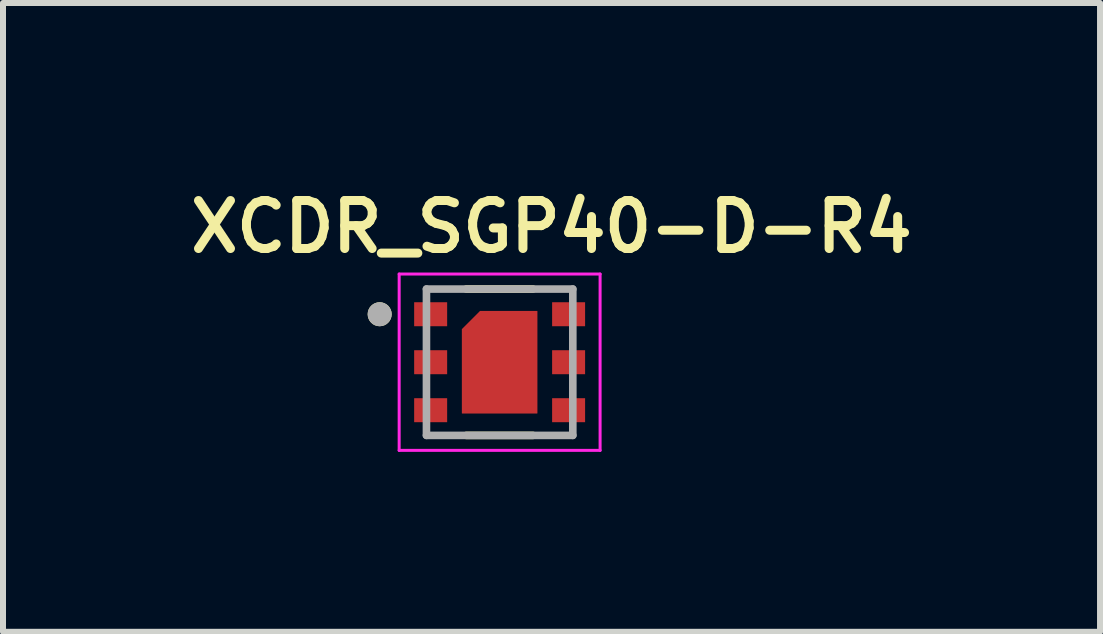
<source format=kicad_pcb>
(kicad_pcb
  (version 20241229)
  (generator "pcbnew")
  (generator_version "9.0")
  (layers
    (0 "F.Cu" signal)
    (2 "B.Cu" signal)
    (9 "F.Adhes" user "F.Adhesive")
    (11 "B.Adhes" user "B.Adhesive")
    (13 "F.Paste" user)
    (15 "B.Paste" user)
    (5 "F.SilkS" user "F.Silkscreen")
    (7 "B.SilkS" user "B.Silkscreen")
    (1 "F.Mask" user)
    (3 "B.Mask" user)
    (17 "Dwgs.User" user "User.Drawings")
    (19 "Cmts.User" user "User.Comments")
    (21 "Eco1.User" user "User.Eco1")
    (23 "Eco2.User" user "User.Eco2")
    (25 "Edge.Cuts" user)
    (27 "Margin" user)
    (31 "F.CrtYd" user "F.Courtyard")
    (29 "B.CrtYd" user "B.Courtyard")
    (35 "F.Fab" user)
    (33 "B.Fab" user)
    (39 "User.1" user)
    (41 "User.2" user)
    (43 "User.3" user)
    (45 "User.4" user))
  (footprint "XCDR_SGP40-D-R4"
    (layer "F.Cu")
    (at 5.28 2.989)
    (property "Reference" "XCDR_SGP40-D-R4" (at 0.865 -2.258 0) (layer "F.SilkS") (effects (font (size 0.8 0.8) (thickness 0.15))))
    (attr smd)
    (fp_poly (pts (xy -0.725 0.95) (xy -0.725 -0.6) (xy -0.375 -0.95) (xy 0.725 -0.95) (xy 0.725 0.95)) (stroke (width 0.01) (type solid)) (fill yes) (layer "F.Mask"))
    (fp_line (start -0.555 -1.22) (end 0.555 -1.22) (stroke (width 0.127) (type solid)) (layer "F.SilkS"))
    (fp_line (start 0.555 1.22) (end -0.555 1.22) (stroke (width 0.127) (type solid)) (layer "F.SilkS"))
    (fp_circle (center -2 -0.8) (end -1.9 -0.8) (stroke (width 0.2) (type solid)) (fill no) (layer "F.SilkS"))
    (fp_poly (pts (xy -0.525 0.75) (xy 0.525 0.75) (xy 0.525 -0.75) (xy -0.275 -0.75) (xy -0.525 -0.5)) (stroke (width 0.01) (type solid)) (fill yes) (layer "F.Paste"))
    (fp_line (start -1.675 -1.47) (end 1.675 -1.47) (stroke (width 0.05) (type solid)) (layer "F.CrtYd"))
    (fp_line (start -1.675 1.47) (end -1.675 -1.47) (stroke (width 0.05) (type solid)) (layer "F.CrtYd"))
    (fp_line (start 1.675 -1.47) (end 1.675 1.47) (stroke (width 0.05) (type solid)) (layer "F.CrtYd"))
    (fp_line (start 1.675 1.47) (end -1.675 1.47) (stroke (width 0.05) (type solid)) (layer "F.CrtYd"))
    (fp_line (start -1.22 -1.22) (end 1.22 -1.22) (stroke (width 0.127) (type solid)) (layer "F.Fab"))
    (fp_line (start -1.22 1.22) (end -1.22 -1.22) (stroke (width 0.127) (type solid)) (layer "F.Fab"))
    (fp_line (start 1.22 -1.22) (end 1.22 1.22) (stroke (width 0.127) (type solid)) (layer "F.Fab"))
    (fp_line (start 1.22 1.22) (end -1.22 1.22) (stroke (width 0.127) (type solid)) (layer "F.Fab"))
    (fp_circle (center -2 -0.8) (end -1.9 -0.8) (stroke (width 0.2) (type solid)) (fill no) (layer "F.Fab"))
    (pad "1" smd rect (at -1.15 -0.8) (size 0.55 0.4) (layers "F.Cu" "F.Mask" "F.Paste"))
    (pad "2" smd rect (at -1.15 0) (size 0.55 0.4) (layers "F.Cu" "F.Mask" "F.Paste"))
    (pad "3" smd rect (at -1.15 0.8) (size 0.55 0.4) (layers "F.Cu" "F.Mask" "F.Paste"))
    (pad "4" smd rect (at 1.15 0.8) (size 0.55 0.4) (layers "F.Cu" "F.Mask" "F.Paste"))
    (pad "5" smd rect (at 1.15 0) (size 0.55 0.4) (layers "F.Cu" "F.Mask" "F.Paste"))
    (pad "6" smd rect (at 1.15 -0.8) (size 0.55 0.4) (layers "F.Cu" "F.Mask" "F.Paste"))
    (pad "7" smd custom (at 0 0) (size 1 1) (layers "F.Cu") (options (anchor rect)) (primitives (gr_poly (pts (xy -0.625 0.85) (xy -0.625 -0.55) (xy -0.325 -0.85) (xy 0.625 -0.85) (xy 0.625 0.85)) (width 0.01) (fill yes)))))
  (gr_rect
    (start -3 -3)
    (end 15.29 7.484)
    (stroke (width 0.1) (type default))
    (fill no)
    (layer "Edge.Cuts")))
</source>
